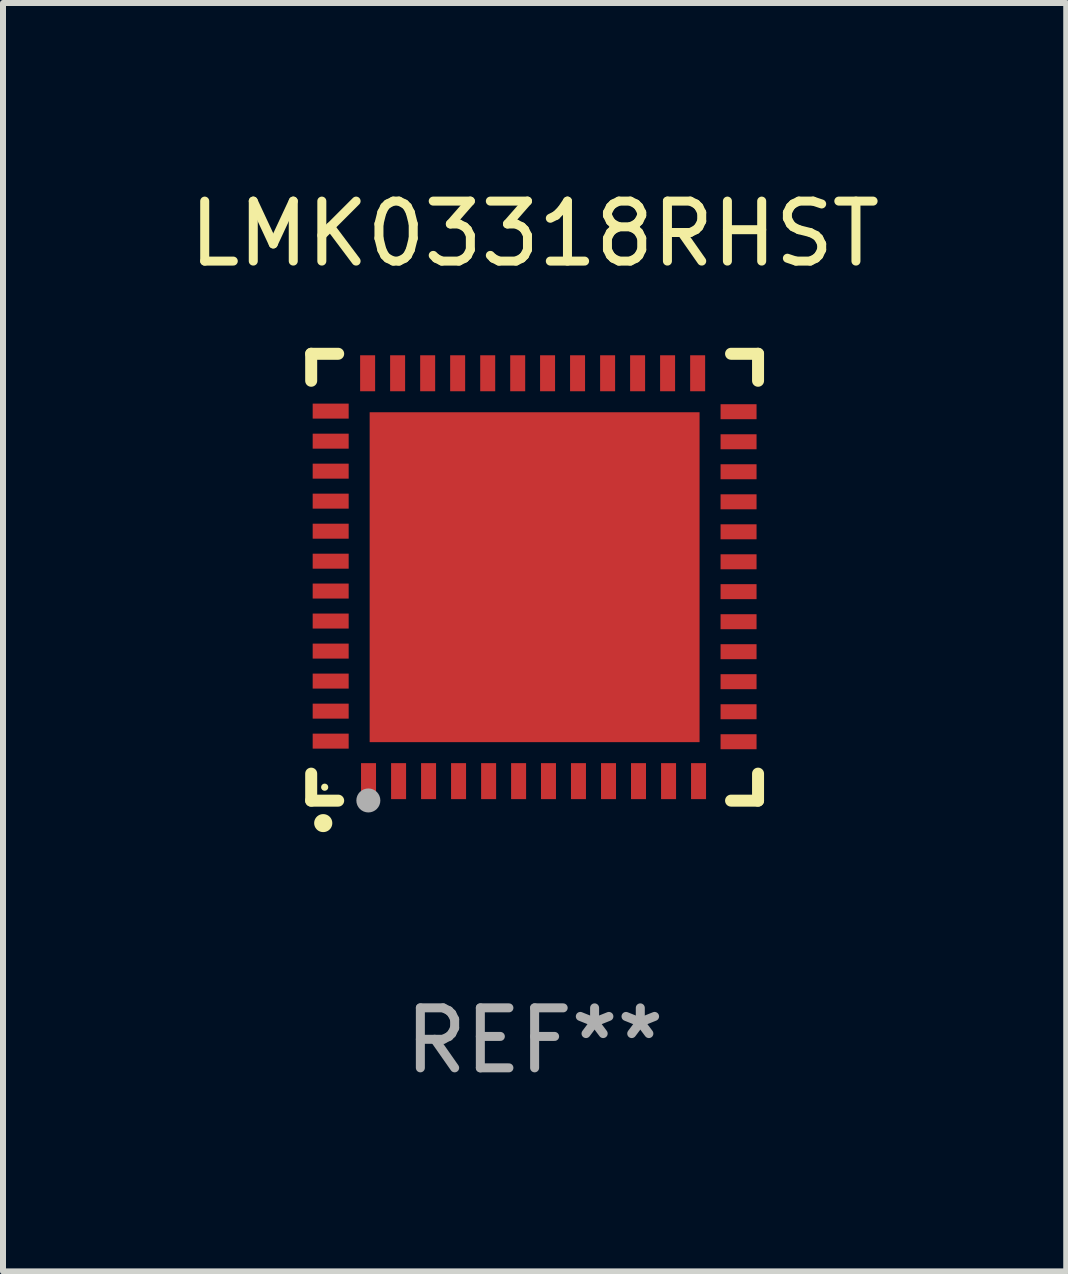
<source format=kicad_pcb>
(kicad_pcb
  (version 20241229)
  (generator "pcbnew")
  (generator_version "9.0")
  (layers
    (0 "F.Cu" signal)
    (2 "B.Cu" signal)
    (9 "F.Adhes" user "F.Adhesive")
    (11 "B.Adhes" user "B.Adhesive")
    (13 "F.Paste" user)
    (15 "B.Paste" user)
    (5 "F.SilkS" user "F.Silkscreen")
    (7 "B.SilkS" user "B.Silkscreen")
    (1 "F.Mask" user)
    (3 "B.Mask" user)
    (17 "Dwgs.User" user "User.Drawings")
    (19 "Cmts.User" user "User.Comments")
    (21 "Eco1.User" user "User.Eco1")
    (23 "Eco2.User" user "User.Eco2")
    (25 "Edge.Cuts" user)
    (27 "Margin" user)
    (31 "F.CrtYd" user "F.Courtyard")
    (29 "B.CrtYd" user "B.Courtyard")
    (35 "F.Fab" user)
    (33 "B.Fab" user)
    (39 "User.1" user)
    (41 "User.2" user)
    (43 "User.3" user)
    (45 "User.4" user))
  (footprint "LMK03318RHST"
    (layer "F.Cu")
    (at 5.863 6.573)
    (property "Reference" "LMK03318RHST" (at 0 -5.725 0) (layer "F.SilkS") (effects (font (size 1 1) (thickness 0.15))))
    (attr through_hole)
    (fp_line (start -3.725 -3.725) (end -3.275 -3.725) (stroke (width 0.2) (type solid)) (layer "F.SilkS"))
    (fp_line (start -3.725 -3.275) (end -3.725 -3.725) (stroke (width 0.2) (type solid)) (layer "F.SilkS"))
    (fp_line (start -3.725 3.725) (end -3.725 3.275) (stroke (width 0.2) (type solid)) (layer "F.SilkS"))
    (fp_line (start -3.275 3.725) (end -3.725 3.725) (stroke (width 0.2) (type solid)) (layer "F.SilkS"))
    (fp_line (start 3.275 3.725) (end 3.725 3.725) (stroke (width 0.2) (type solid)) (layer "F.SilkS"))
    (fp_line (start 3.725 -3.725) (end 3.275 -3.725) (stroke (width 0.2) (type solid)) (layer "F.SilkS"))
    (fp_line (start 3.725 -3.275) (end 3.725 -3.725) (stroke (width 0.2) (type solid)) (layer "F.SilkS"))
    (fp_line (start 3.725 3.725) (end 3.725 3.275) (stroke (width 0.2) (type solid)) (layer "F.SilkS"))
    (fp_arc (start -3.525527 4.099568) (mid -3.524257 4.099563) (end -3.522987 4.099568) (stroke (width 0.3) (type solid)) (layer "F.SilkS"))
    (fp_circle (center -3.5 3.501) (end -3.47 3.501) (stroke (width 0.06) (type solid)) (fill no) (layer "F.SilkS"))
    (fp_circle (center -2.772 3.722) (end -2.672 3.722) (stroke (width 0.2) (type solid)) (fill no) (layer "F.Fab"))
    (fp_text user "REF**" (at 0 7.725 0) (layer "F.Fab") (effects (font (size 1 1) (thickness 0.15))))
    (pad "1" smd rect (at -2.769 3.4 180) (size 0.25 0.6) (layers "F.Cu" "F.Mask" "F.Paste"))
    (pad "2" smd rect (at -2.268 3.4 180) (size 0.25 0.6) (layers "F.Cu" "F.Mask" "F.Paste"))
    (pad "3" smd rect (at -1.768 3.4 180) (size 0.25 0.6) (layers "F.Cu" "F.Mask" "F.Paste"))
    (pad "4" smd rect (at -1.268 3.4 180) (size 0.25 0.6) (layers "F.Cu" "F.Mask" "F.Paste"))
    (pad "5" smd rect (at -0.767 3.4 180) (size 0.25 0.6) (layers "F.Cu" "F.Mask" "F.Paste"))
    (pad "6" smd rect (at -0.267 3.4 180) (size 0.25 0.6) (layers "F.Cu" "F.Mask" "F.Paste"))
    (pad "7" smd rect (at 0.231 3.4 180) (size 0.25 0.6) (layers "F.Cu" "F.Mask" "F.Paste"))
    (pad "8" smd rect (at 0.731 3.4 180) (size 0.25 0.6) (layers "F.Cu" "F.Mask" "F.Paste"))
    (pad "9" smd rect (at 1.232 3.4 180) (size 0.25 0.6) (layers "F.Cu" "F.Mask" "F.Paste"))
    (pad "10" smd rect (at 1.732 3.4 180) (size 0.25 0.6) (layers "F.Cu" "F.Mask" "F.Paste"))
    (pad "11" smd rect (at 2.233 3.4 180) (size 0.25 0.6) (layers "F.Cu" "F.Mask" "F.Paste"))
    (pad "12" smd rect (at 2.733 3.4 180) (size 0.25 0.6) (layers "F.Cu" "F.Mask" "F.Paste"))
    (pad "13" smd rect (at 3.4 2.743 90) (size 0.25 0.6) (layers "F.Cu" "F.Mask" "F.Paste"))
    (pad "14" smd rect (at 3.4 2.243 90) (size 0.25 0.6) (layers "F.Cu" "F.Mask" "F.Paste"))
    (pad "15" smd rect (at 3.4 1.742 90) (size 0.25 0.6) (layers "F.Cu" "F.Mask" "F.Paste"))
    (pad "16" smd rect (at 3.4 1.242 90) (size 0.25 0.6) (layers "F.Cu" "F.Mask" "F.Paste"))
    (pad "17" smd rect (at 3.4 0.742 90) (size 0.25 0.6) (layers "F.Cu" "F.Mask" "F.Paste"))
    (pad "18" smd rect (at 3.4 0.241 90) (size 0.25 0.6) (layers "F.Cu" "F.Mask" "F.Paste"))
    (pad "19" smd rect (at 3.4 -0.257 90) (size 0.25 0.6) (layers "F.Cu" "F.Mask" "F.Paste"))
    (pad "20" smd rect (at 3.4 -0.757 90) (size 0.25 0.6) (layers "F.Cu" "F.Mask" "F.Paste"))
    (pad "21" smd rect (at 3.4 -1.257 90) (size 0.25 0.6) (layers "F.Cu" "F.Mask" "F.Paste"))
    (pad "22" smd rect (at 3.4 -1.758 90) (size 0.25 0.6) (layers "F.Cu" "F.Mask" "F.Paste"))
    (pad "23" smd rect (at 3.4 -2.258 90) (size 0.25 0.6) (layers "F.Cu" "F.Mask" "F.Paste"))
    (pad "24" smd rect (at 3.4 -2.759 90) (size 0.25 0.6) (layers "F.Cu" "F.Mask" "F.Paste"))
    (pad "25" smd rect (at 2.718 -3.4 180) (size 0.25 0.6) (layers "F.Cu" "F.Mask" "F.Paste"))
    (pad "26" smd rect (at 2.217 -3.4 180) (size 0.25 0.6) (layers "F.Cu" "F.Mask" "F.Paste"))
    (pad "27" smd rect (at 1.717 -3.4 180) (size 0.25 0.6) (layers "F.Cu" "F.Mask" "F.Paste"))
    (pad "28" smd rect (at 1.217 -3.4 180) (size 0.25 0.6) (layers "F.Cu" "F.Mask" "F.Paste"))
    (pad "29" smd rect (at 0.716 -3.4 180) (size 0.25 0.6) (layers "F.Cu" "F.Mask" "F.Paste"))
    (pad "30" smd rect (at 0.216 -3.4 180) (size 0.25 0.6) (layers "F.Cu" "F.Mask" "F.Paste"))
    (pad "31" smd rect (at -0.282 -3.4 180) (size 0.25 0.6) (layers "F.Cu" "F.Mask" "F.Paste"))
    (pad "32" smd rect (at -0.782 -3.4 180) (size 0.25 0.6) (layers "F.Cu" "F.Mask" "F.Paste"))
    (pad "33" smd rect (at -1.283 -3.4 180) (size 0.25 0.6) (layers "F.Cu" "F.Mask" "F.Paste"))
    (pad "34" smd rect (at -1.783 -3.4 180) (size 0.25 0.6) (layers "F.Cu" "F.Mask" "F.Paste"))
    (pad "35" smd rect (at -2.284 -3.4 180) (size 0.25 0.6) (layers "F.Cu" "F.Mask" "F.Paste"))
    (pad "36" smd rect (at -2.784 -3.4 180) (size 0.25 0.6) (layers "F.Cu" "F.Mask" "F.Paste"))
    (pad "37" smd rect (at -3.4 -2.769 90) (size 0.25 0.6) (layers "F.Cu" "F.Mask" "F.Paste"))
    (pad "38" smd rect (at -3.4 -2.268 90) (size 0.25 0.6) (layers "F.Cu" "F.Mask" "F.Paste"))
    (pad "39" smd rect (at -3.4 -1.768 90) (size 0.25 0.6) (layers "F.Cu" "F.Mask" "F.Paste"))
    (pad "40" smd rect (at -3.4 -1.268 90) (size 0.25 0.6) (layers "F.Cu" "F.Mask" "F.Paste"))
    (pad "41" smd rect (at -3.4 -0.767 90) (size 0.25 0.6) (layers "F.Cu" "F.Mask" "F.Paste"))
    (pad "42" smd rect (at -3.4 -0.267 90) (size 0.25 0.6) (layers "F.Cu" "F.Mask" "F.Paste"))
    (pad "43" smd rect (at -3.4 0.231 90) (size 0.25 0.6) (layers "F.Cu" "F.Mask" "F.Paste"))
    (pad "44" smd rect (at -3.4 0.731 90) (size 0.25 0.6) (layers "F.Cu" "F.Mask" "F.Paste"))
    (pad "45" smd rect (at -3.4 1.232 90) (size 0.25 0.6) (layers "F.Cu" "F.Mask" "F.Paste"))
    (pad "46" smd rect (at -3.4 1.732 90) (size 0.25 0.6) (layers "F.Cu" "F.Mask" "F.Paste"))
    (pad "47" smd rect (at -3.4 2.233 90) (size 0.25 0.6) (layers "F.Cu" "F.Mask" "F.Paste"))
    (pad "48" smd rect (at -3.4 2.733 90) (size 0.25 0.6) (layers "F.Cu" "F.Mask" "F.Paste"))
    (pad "49" smd rect (at -0.000076 -0.000076 90) (size 5.5 5.5) (layers "F.Cu" "F.Mask" "F.Paste")))
  (gr_rect
    (start -3 -3)
    (end 14.726 18.146)
    (stroke (width 0.1) (type default))
    (fill no)
    (layer "Edge.Cuts")))
</source>
